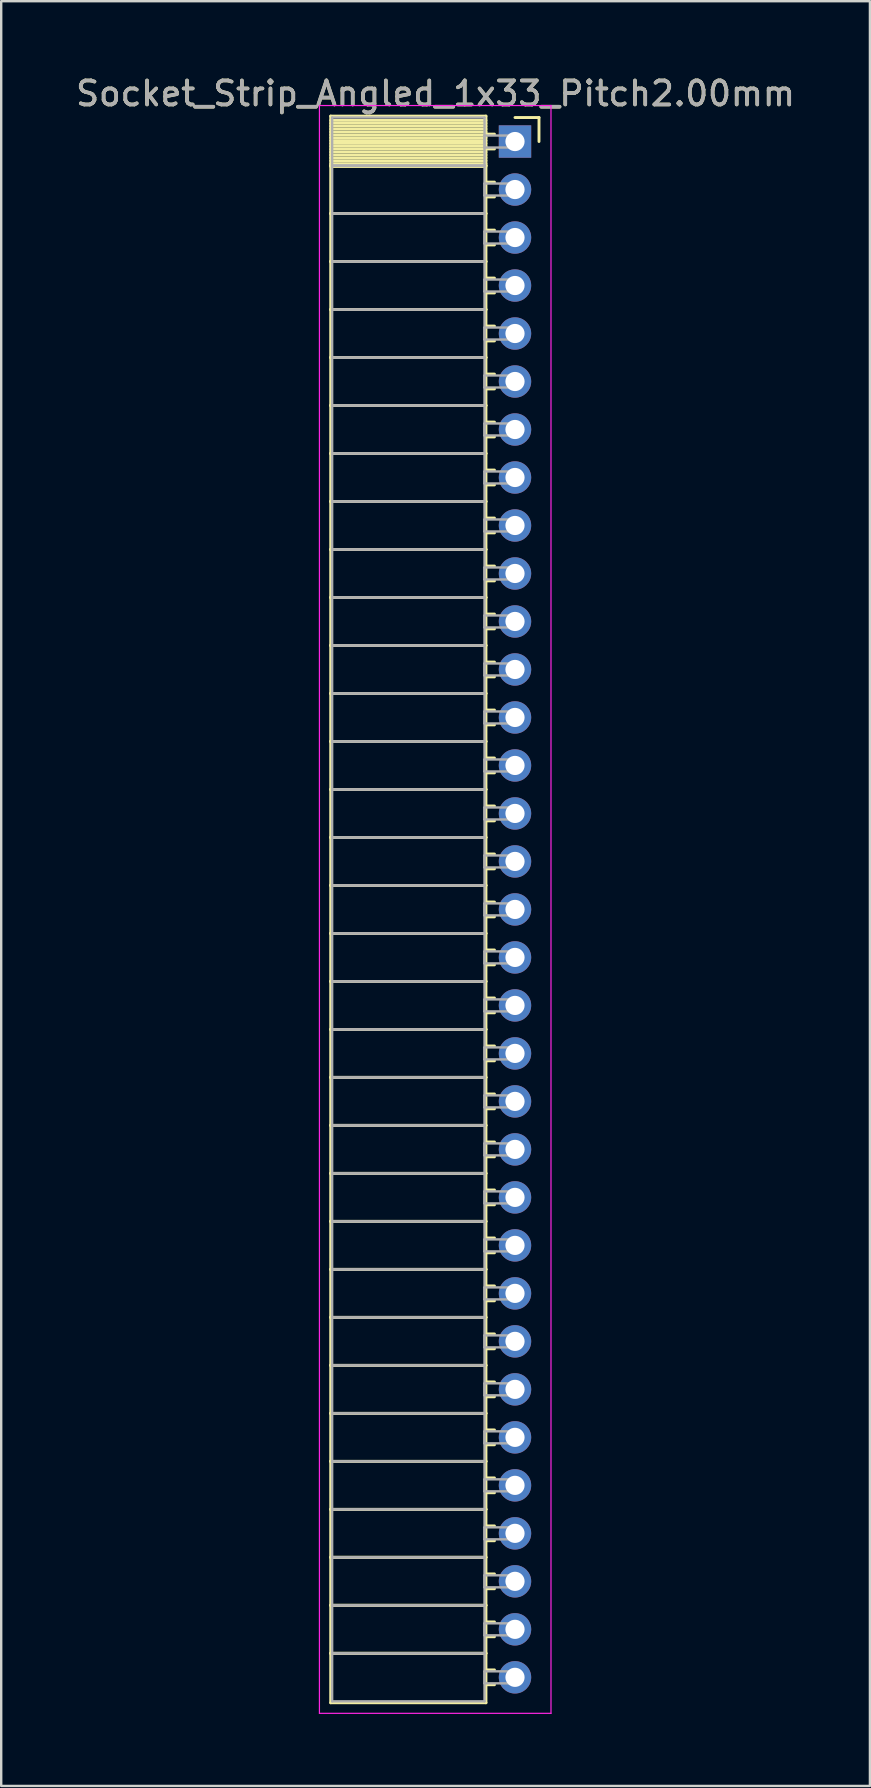
<source format=kicad_pcb>
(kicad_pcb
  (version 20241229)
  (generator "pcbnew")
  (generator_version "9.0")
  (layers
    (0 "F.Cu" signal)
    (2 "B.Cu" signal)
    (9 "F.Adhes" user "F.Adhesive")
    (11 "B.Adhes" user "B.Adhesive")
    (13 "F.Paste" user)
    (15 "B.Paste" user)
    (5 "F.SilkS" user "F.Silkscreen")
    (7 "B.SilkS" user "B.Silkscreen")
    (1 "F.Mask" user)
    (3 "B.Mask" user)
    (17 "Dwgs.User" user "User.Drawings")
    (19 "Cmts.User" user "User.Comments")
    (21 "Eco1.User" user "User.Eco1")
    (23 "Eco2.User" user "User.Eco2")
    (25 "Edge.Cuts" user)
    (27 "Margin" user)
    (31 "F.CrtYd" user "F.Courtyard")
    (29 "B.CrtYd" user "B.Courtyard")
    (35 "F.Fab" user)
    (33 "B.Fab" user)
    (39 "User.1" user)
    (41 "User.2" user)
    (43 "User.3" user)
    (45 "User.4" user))
  (footprint "Socket_Strip_Angled_1x33_Pitch2.00mm"
    (layer "F.Cu")
    (at 18.411 2.848)
    (property "Reference" "Socket_Strip_Angled_1x33_Pitch2.00mm" (at -3.31 -2 0) (layer "F.SilkS") (effects (font (size 1 1) (thickness 0.15))))
    (attr through_hole)
    (fp_line (start -7.68 -1.06) (end -1.21 -1.06) (stroke (width 0.12) (type solid)) (layer "F.SilkS"))
    (fp_line (start -7.68 1) (end -7.68 -1.06) (stroke (width 0.12) (type solid)) (layer "F.SilkS"))
    (fp_line (start -7.68 1) (end -1.21 1) (stroke (width 0.12) (type solid)) (layer "F.SilkS"))
    (fp_line (start -7.68 3) (end -7.68 1) (stroke (width 0.12) (type solid)) (layer "F.SilkS"))
    (fp_line (start -7.68 3) (end -1.21 3) (stroke (width 0.12) (type solid)) (layer "F.SilkS"))
    (fp_line (start -7.68 5) (end -7.68 3) (stroke (width 0.12) (type solid)) (layer "F.SilkS"))
    (fp_line (start -7.68 5) (end -1.21 5) (stroke (width 0.12) (type solid)) (layer "F.SilkS"))
    (fp_line (start -7.68 7) (end -7.68 5) (stroke (width 0.12) (type solid)) (layer "F.SilkS"))
    (fp_line (start -7.68 7) (end -1.21 7) (stroke (width 0.12) (type solid)) (layer "F.SilkS"))
    (fp_line (start -7.68 9) (end -7.68 7) (stroke (width 0.12) (type solid)) (layer "F.SilkS"))
    (fp_line (start -7.68 9) (end -1.21 9) (stroke (width 0.12) (type solid)) (layer "F.SilkS"))
    (fp_line (start -7.68 11) (end -7.68 9) (stroke (width 0.12) (type solid)) (layer "F.SilkS"))
    (fp_line (start -7.68 11) (end -1.21 11) (stroke (width 0.12) (type solid)) (layer "F.SilkS"))
    (fp_line (start -7.68 13) (end -7.68 11) (stroke (width 0.12) (type solid)) (layer "F.SilkS"))
    (fp_line (start -7.68 13) (end -1.21 13) (stroke (width 0.12) (type solid)) (layer "F.SilkS"))
    (fp_line (start -7.68 15) (end -7.68 13) (stroke (width 0.12) (type solid)) (layer "F.SilkS"))
    (fp_line (start -7.68 15) (end -1.21 15) (stroke (width 0.12) (type solid)) (layer "F.SilkS"))
    (fp_line (start -7.68 17) (end -7.68 15) (stroke (width 0.12) (type solid)) (layer "F.SilkS"))
    (fp_line (start -7.68 17) (end -1.21 17) (stroke (width 0.12) (type solid)) (layer "F.SilkS"))
    (fp_line (start -7.68 19) (end -7.68 17) (stroke (width 0.12) (type solid)) (layer "F.SilkS"))
    (fp_line (start -7.68 19) (end -1.21 19) (stroke (width 0.12) (type solid)) (layer "F.SilkS"))
    (fp_line (start -7.68 21) (end -7.68 19) (stroke (width 0.12) (type solid)) (layer "F.SilkS"))
    (fp_line (start -7.68 21) (end -1.21 21) (stroke (width 0.12) (type solid)) (layer "F.SilkS"))
    (fp_line (start -7.68 23) (end -7.68 21) (stroke (width 0.12) (type solid)) (layer "F.SilkS"))
    (fp_line (start -7.68 23) (end -1.21 23) (stroke (width 0.12) (type solid)) (layer "F.SilkS"))
    (fp_line (start -7.68 25) (end -7.68 23) (stroke (width 0.12) (type solid)) (layer "F.SilkS"))
    (fp_line (start -7.68 25) (end -1.21 25) (stroke (width 0.12) (type solid)) (layer "F.SilkS"))
    (fp_line (start -7.68 27) (end -7.68 25) (stroke (width 0.12) (type solid)) (layer "F.SilkS"))
    (fp_line (start -7.68 27) (end -1.21 27) (stroke (width 0.12) (type solid)) (layer "F.SilkS"))
    (fp_line (start -7.68 29) (end -7.68 27) (stroke (width 0.12) (type solid)) (layer "F.SilkS"))
    (fp_line (start -7.68 29) (end -1.21 29) (stroke (width 0.12) (type solid)) (layer "F.SilkS"))
    (fp_line (start -7.68 31) (end -7.68 29) (stroke (width 0.12) (type solid)) (layer "F.SilkS"))
    (fp_line (start -7.68 31) (end -1.21 31) (stroke (width 0.12) (type solid)) (layer "F.SilkS"))
    (fp_line (start -7.68 33) (end -7.68 31) (stroke (width 0.12) (type solid)) (layer "F.SilkS"))
    (fp_line (start -7.68 33) (end -1.21 33) (stroke (width 0.12) (type solid)) (layer "F.SilkS"))
    (fp_line (start -7.68 35) (end -7.68 33) (stroke (width 0.12) (type solid)) (layer "F.SilkS"))
    (fp_line (start -7.68 35) (end -1.21 35) (stroke (width 0.12) (type solid)) (layer "F.SilkS"))
    (fp_line (start -7.68 37) (end -7.68 35) (stroke (width 0.12) (type solid)) (layer "F.SilkS"))
    (fp_line (start -7.68 37) (end -1.21 37) (stroke (width 0.12) (type solid)) (layer "F.SilkS"))
    (fp_line (start -7.68 39) (end -7.68 37) (stroke (width 0.12) (type solid)) (layer "F.SilkS"))
    (fp_line (start -7.68 39) (end -1.21 39) (stroke (width 0.12) (type solid)) (layer "F.SilkS"))
    (fp_line (start -7.68 41) (end -7.68 39) (stroke (width 0.12) (type solid)) (layer "F.SilkS"))
    (fp_line (start -7.68 41) (end -1.21 41) (stroke (width 0.12) (type solid)) (layer "F.SilkS"))
    (fp_line (start -7.68 43) (end -7.68 41) (stroke (width 0.12) (type solid)) (layer "F.SilkS"))
    (fp_line (start -7.68 43) (end -1.21 43) (stroke (width 0.12) (type solid)) (layer "F.SilkS"))
    (fp_line (start -7.68 45) (end -7.68 43) (stroke (width 0.12) (type solid)) (layer "F.SilkS"))
    (fp_line (start -7.68 45) (end -1.21 45) (stroke (width 0.12) (type solid)) (layer "F.SilkS"))
    (fp_line (start -7.68 47) (end -7.68 45) (stroke (width 0.12) (type solid)) (layer "F.SilkS"))
    (fp_line (start -7.68 47) (end -1.21 47) (stroke (width 0.12) (type solid)) (layer "F.SilkS"))
    (fp_line (start -7.68 49) (end -7.68 47) (stroke (width 0.12) (type solid)) (layer "F.SilkS"))
    (fp_line (start -7.68 49) (end -1.21 49) (stroke (width 0.12) (type solid)) (layer "F.SilkS"))
    (fp_line (start -7.68 51) (end -7.68 49) (stroke (width 0.12) (type solid)) (layer "F.SilkS"))
    (fp_line (start -7.68 51) (end -1.21 51) (stroke (width 0.12) (type solid)) (layer "F.SilkS"))
    (fp_line (start -7.68 53) (end -7.68 51) (stroke (width 0.12) (type solid)) (layer "F.SilkS"))
    (fp_line (start -7.68 53) (end -1.21 53) (stroke (width 0.12) (type solid)) (layer "F.SilkS"))
    (fp_line (start -7.68 55) (end -7.68 53) (stroke (width 0.12) (type solid)) (layer "F.SilkS"))
    (fp_line (start -7.68 55) (end -1.21 55) (stroke (width 0.12) (type solid)) (layer "F.SilkS"))
    (fp_line (start -7.68 57) (end -7.68 55) (stroke (width 0.12) (type solid)) (layer "F.SilkS"))
    (fp_line (start -7.68 57) (end -1.21 57) (stroke (width 0.12) (type solid)) (layer "F.SilkS"))
    (fp_line (start -7.68 59) (end -7.68 57) (stroke (width 0.12) (type solid)) (layer "F.SilkS"))
    (fp_line (start -7.68 59) (end -1.21 59) (stroke (width 0.12) (type solid)) (layer "F.SilkS"))
    (fp_line (start -7.68 61) (end -7.68 59) (stroke (width 0.12) (type solid)) (layer "F.SilkS"))
    (fp_line (start -7.68 61) (end -1.21 61) (stroke (width 0.12) (type solid)) (layer "F.SilkS"))
    (fp_line (start -7.68 63) (end -7.68 61) (stroke (width 0.12) (type solid)) (layer "F.SilkS"))
    (fp_line (start -7.68 63) (end -1.21 63) (stroke (width 0.12) (type solid)) (layer "F.SilkS"))
    (fp_line (start -7.68 65.06) (end -7.68 63) (stroke (width 0.12) (type solid)) (layer "F.SilkS"))
    (fp_line (start -1.21 -1.06) (end -1.21 1) (stroke (width 0.12) (type solid)) (layer "F.SilkS"))
    (fp_line (start -1.21 -0.88) (end -7.68 -0.88) (stroke (width 0.12) (type solid)) (layer "F.SilkS"))
    (fp_line (start -1.21 -0.76) (end -7.68 -0.76) (stroke (width 0.12) (type solid)) (layer "F.SilkS"))
    (fp_line (start -1.21 -0.64) (end -7.68 -0.64) (stroke (width 0.12) (type solid)) (layer "F.SilkS"))
    (fp_line (start -1.21 -0.52) (end -7.68 -0.52) (stroke (width 0.12) (type solid)) (layer "F.SilkS"))
    (fp_line (start -1.21 -0.4) (end -7.68 -0.4) (stroke (width 0.12) (type solid)) (layer "F.SilkS"))
    (fp_line (start -1.21 -0.28) (end -7.68 -0.28) (stroke (width 0.12) (type solid)) (layer "F.SilkS"))
    (fp_line (start -1.21 -0.16) (end -7.68 -0.16) (stroke (width 0.12) (type solid)) (layer "F.SilkS"))
    (fp_line (start -1.21 -0.04) (end -7.68 -0.04) (stroke (width 0.12) (type solid)) (layer "F.SilkS"))
    (fp_line (start -1.21 0.08) (end -7.68 0.08) (stroke (width 0.12) (type solid)) (layer "F.SilkS"))
    (fp_line (start -1.21 0.2) (end -7.68 0.2) (stroke (width 0.12) (type solid)) (layer "F.SilkS"))
    (fp_line (start -1.21 0.32) (end -7.68 0.32) (stroke (width 0.12) (type solid)) (layer "F.SilkS"))
    (fp_line (start -1.21 0.44) (end -7.68 0.44) (stroke (width 0.12) (type solid)) (layer "F.SilkS"))
    (fp_line (start -1.21 0.56) (end -7.68 0.56) (stroke (width 0.12) (type solid)) (layer "F.SilkS"))
    (fp_line (start -1.21 0.68) (end -7.68 0.68) (stroke (width 0.12) (type solid)) (layer "F.SilkS"))
    (fp_line (start -1.21 0.8) (end -7.68 0.8) (stroke (width 0.12) (type solid)) (layer "F.SilkS"))
    (fp_line (start -1.21 0.92) (end -7.68 0.92) (stroke (width 0.12) (type solid)) (layer "F.SilkS"))
    (fp_line (start -1.21 1) (end -7.68 1) (stroke (width 0.12) (type solid)) (layer "F.SilkS"))
    (fp_line (start -1.21 1) (end -1.21 3) (stroke (width 0.12) (type solid)) (layer "F.SilkS"))
    (fp_line (start -1.21 1.04) (end -7.68 1.04) (stroke (width 0.12) (type solid)) (layer "F.SilkS"))
    (fp_line (start -1.21 3) (end -7.68 3) (stroke (width 0.12) (type solid)) (layer "F.SilkS"))
    (fp_line (start -1.21 3) (end -1.21 5) (stroke (width 0.12) (type solid)) (layer "F.SilkS"))
    (fp_line (start -1.21 5) (end -7.68 5) (stroke (width 0.12) (type solid)) (layer "F.SilkS"))
    (fp_line (start -1.21 5) (end -1.21 7) (stroke (width 0.12) (type solid)) (layer "F.SilkS"))
    (fp_line (start -1.21 7) (end -7.68 7) (stroke (width 0.12) (type solid)) (layer "F.SilkS"))
    (fp_line (start -1.21 7) (end -1.21 9) (stroke (width 0.12) (type solid)) (layer "F.SilkS"))
    (fp_line (start -1.21 9) (end -7.68 9) (stroke (width 0.12) (type solid)) (layer "F.SilkS"))
    (fp_line (start -1.21 9) (end -1.21 11) (stroke (width 0.12) (type solid)) (layer "F.SilkS"))
    (fp_line (start -1.21 11) (end -7.68 11) (stroke (width 0.12) (type solid)) (layer "F.SilkS"))
    (fp_line (start -1.21 11) (end -1.21 13) (stroke (width 0.12) (type solid)) (layer "F.SilkS"))
    (fp_line (start -1.21 13) (end -7.68 13) (stroke (width 0.12) (type solid)) (layer "F.SilkS"))
    (fp_line (start -1.21 13) (end -1.21 15) (stroke (width 0.12) (type solid)) (layer "F.SilkS"))
    (fp_line (start -1.21 15) (end -7.68 15) (stroke (width 0.12) (type solid)) (layer "F.SilkS"))
    (fp_line (start -1.21 15) (end -1.21 17) (stroke (width 0.12) (type solid)) (layer "F.SilkS"))
    (fp_line (start -1.21 17) (end -7.68 17) (stroke (width 0.12) (type solid)) (layer "F.SilkS"))
    (fp_line (start -1.21 17) (end -1.21 19) (stroke (width 0.12) (type solid)) (layer "F.SilkS"))
    (fp_line (start -1.21 19) (end -7.68 19) (stroke (width 0.12) (type solid)) (layer "F.SilkS"))
    (fp_line (start -1.21 19) (end -1.21 21) (stroke (width 0.12) (type solid)) (layer "F.SilkS"))
    (fp_line (start -1.21 21) (end -7.68 21) (stroke (width 0.12) (type solid)) (layer "F.SilkS"))
    (fp_line (start -1.21 21) (end -1.21 23) (stroke (width 0.12) (type solid)) (layer "F.SilkS"))
    (fp_line (start -1.21 23) (end -7.68 23) (stroke (width 0.12) (type solid)) (layer "F.SilkS"))
    (fp_line (start -1.21 23) (end -1.21 25) (stroke (width 0.12) (type solid)) (layer "F.SilkS"))
    (fp_line (start -1.21 25) (end -7.68 25) (stroke (width 0.12) (type solid)) (layer "F.SilkS"))
    (fp_line (start -1.21 25) (end -1.21 27) (stroke (width 0.12) (type solid)) (layer "F.SilkS"))
    (fp_line (start -1.21 27) (end -7.68 27) (stroke (width 0.12) (type solid)) (layer "F.SilkS"))
    (fp_line (start -1.21 27) (end -1.21 29) (stroke (width 0.12) (type solid)) (layer "F.SilkS"))
    (fp_line (start -1.21 29) (end -7.68 29) (stroke (width 0.12) (type solid)) (layer "F.SilkS"))
    (fp_line (start -1.21 29) (end -1.21 31) (stroke (width 0.12) (type solid)) (layer "F.SilkS"))
    (fp_line (start -1.21 31) (end -7.68 31) (stroke (width 0.12) (type solid)) (layer "F.SilkS"))
    (fp_line (start -1.21 31) (end -1.21 33) (stroke (width 0.12) (type solid)) (layer "F.SilkS"))
    (fp_line (start -1.21 33) (end -7.68 33) (stroke (width 0.12) (type solid)) (layer "F.SilkS"))
    (fp_line (start -1.21 33) (end -1.21 35) (stroke (width 0.12) (type solid)) (layer "F.SilkS"))
    (fp_line (start -1.21 35) (end -7.68 35) (stroke (width 0.12) (type solid)) (layer "F.SilkS"))
    (fp_line (start -1.21 35) (end -1.21 37) (stroke (width 0.12) (type solid)) (layer "F.SilkS"))
    (fp_line (start -1.21 37) (end -7.68 37) (stroke (width 0.12) (type solid)) (layer "F.SilkS"))
    (fp_line (start -1.21 37) (end -1.21 39) (stroke (width 0.12) (type solid)) (layer "F.SilkS"))
    (fp_line (start -1.21 39) (end -7.68 39) (stroke (width 0.12) (type solid)) (layer "F.SilkS"))
    (fp_line (start -1.21 39) (end -1.21 41) (stroke (width 0.12) (type solid)) (layer "F.SilkS"))
    (fp_line (start -1.21 41) (end -7.68 41) (stroke (width 0.12) (type solid)) (layer "F.SilkS"))
    (fp_line (start -1.21 41) (end -1.21 43) (stroke (width 0.12) (type solid)) (layer "F.SilkS"))
    (fp_line (start -1.21 43) (end -7.68 43) (stroke (width 0.12) (type solid)) (layer "F.SilkS"))
    (fp_line (start -1.21 43) (end -1.21 45) (stroke (width 0.12) (type solid)) (layer "F.SilkS"))
    (fp_line (start -1.21 45) (end -7.68 45) (stroke (width 0.12) (type solid)) (layer "F.SilkS"))
    (fp_line (start -1.21 45) (end -1.21 47) (stroke (width 0.12) (type solid)) (layer "F.SilkS"))
    (fp_line (start -1.21 47) (end -7.68 47) (stroke (width 0.12) (type solid)) (layer "F.SilkS"))
    (fp_line (start -1.21 47) (end -1.21 49) (stroke (width 0.12) (type solid)) (layer "F.SilkS"))
    (fp_line (start -1.21 49) (end -7.68 49) (stroke (width 0.12) (type solid)) (layer "F.SilkS"))
    (fp_line (start -1.21 49) (end -1.21 51) (stroke (width 0.12) (type solid)) (layer "F.SilkS"))
    (fp_line (start -1.21 51) (end -7.68 51) (stroke (width 0.12) (type solid)) (layer "F.SilkS"))
    (fp_line (start -1.21 51) (end -1.21 53) (stroke (width 0.12) (type solid)) (layer "F.SilkS"))
    (fp_line (start -1.21 53) (end -7.68 53) (stroke (width 0.12) (type solid)) (layer "F.SilkS"))
    (fp_line (start -1.21 53) (end -1.21 55) (stroke (width 0.12) (type solid)) (layer "F.SilkS"))
    (fp_line (start -1.21 55) (end -7.68 55) (stroke (width 0.12) (type solid)) (layer "F.SilkS"))
    (fp_line (start -1.21 55) (end -1.21 57) (stroke (width 0.12) (type solid)) (layer "F.SilkS"))
    (fp_line (start -1.21 57) (end -7.68 57) (stroke (width 0.12) (type solid)) (layer "F.SilkS"))
    (fp_line (start -1.21 57) (end -1.21 59) (stroke (width 0.12) (type solid)) (layer "F.SilkS"))
    (fp_line (start -1.21 59) (end -7.68 59) (stroke (width 0.12) (type solid)) (layer "F.SilkS"))
    (fp_line (start -1.21 59) (end -1.21 61) (stroke (width 0.12) (type solid)) (layer "F.SilkS"))
    (fp_line (start -1.21 61) (end -7.68 61) (stroke (width 0.12) (type solid)) (layer "F.SilkS"))
    (fp_line (start -1.21 61) (end -1.21 63) (stroke (width 0.12) (type solid)) (layer "F.SilkS"))
    (fp_line (start -1.21 63) (end -7.68 63) (stroke (width 0.12) (type solid)) (layer "F.SilkS"))
    (fp_line (start -1.21 63) (end -1.21 65.06) (stroke (width 0.12) (type solid)) (layer "F.SilkS"))
    (fp_line (start -1.21 65.06) (end -7.68 65.06) (stroke (width 0.12) (type solid)) (layer "F.SilkS"))
    (fp_line (start -0.855 -0.31) (end -1.21 -0.31) (stroke (width 0.12) (type solid)) (layer "F.SilkS"))
    (fp_line (start -0.855 0.31) (end -1.21 0.31) (stroke (width 0.12) (type solid)) (layer "F.SilkS"))
    (fp_line (start -0.855 1.69) (end -1.21 1.69) (stroke (width 0.12) (type solid)) (layer "F.SilkS"))
    (fp_line (start -0.855 2.31) (end -1.21 2.31) (stroke (width 0.12) (type solid)) (layer "F.SilkS"))
    (fp_line (start -0.855 3.69) (end -1.21 3.69) (stroke (width 0.12) (type solid)) (layer "F.SilkS"))
    (fp_line (start -0.855 4.31) (end -1.21 4.31) (stroke (width 0.12) (type solid)) (layer "F.SilkS"))
    (fp_line (start -0.855 5.69) (end -1.21 5.69) (stroke (width 0.12) (type solid)) (layer "F.SilkS"))
    (fp_line (start -0.855 6.31) (end -1.21 6.31) (stroke (width 0.12) (type solid)) (layer "F.SilkS"))
    (fp_line (start -0.855 7.69) (end -1.21 7.69) (stroke (width 0.12) (type solid)) (layer "F.SilkS"))
    (fp_line (start -0.855 8.31) (end -1.21 8.31) (stroke (width 0.12) (type solid)) (layer "F.SilkS"))
    (fp_line (start -0.855 9.69) (end -1.21 9.69) (stroke (width 0.12) (type solid)) (layer "F.SilkS"))
    (fp_line (start -0.855 10.31) (end -1.21 10.31) (stroke (width 0.12) (type solid)) (layer "F.SilkS"))
    (fp_line (start -0.855 11.69) (end -1.21 11.69) (stroke (width 0.12) (type solid)) (layer "F.SilkS"))
    (fp_line (start -0.855 12.31) (end -1.21 12.31) (stroke (width 0.12) (type solid)) (layer "F.SilkS"))
    (fp_line (start -0.855 13.69) (end -1.21 13.69) (stroke (width 0.12) (type solid)) (layer "F.SilkS"))
    (fp_line (start -0.855 14.31) (end -1.21 14.31) (stroke (width 0.12) (type solid)) (layer "F.SilkS"))
    (fp_line (start -0.855 15.69) (end -1.21 15.69) (stroke (width 0.12) (type solid)) (layer "F.SilkS"))
    (fp_line (start -0.855 16.31) (end -1.21 16.31) (stroke (width 0.12) (type solid)) (layer "F.SilkS"))
    (fp_line (start -0.855 17.69) (end -1.21 17.69) (stroke (width 0.12) (type solid)) (layer "F.SilkS"))
    (fp_line (start -0.855 18.31) (end -1.21 18.31) (stroke (width 0.12) (type solid)) (layer "F.SilkS"))
    (fp_line (start -0.855 19.69) (end -1.21 19.69) (stroke (width 0.12) (type solid)) (layer "F.SilkS"))
    (fp_line (start -0.855 20.31) (end -1.21 20.31) (stroke (width 0.12) (type solid)) (layer "F.SilkS"))
    (fp_line (start -0.855 21.69) (end -1.21 21.69) (stroke (width 0.12) (type solid)) (layer "F.SilkS"))
    (fp_line (start -0.855 22.31) (end -1.21 22.31) (stroke (width 0.12) (type solid)) (layer "F.SilkS"))
    (fp_line (start -0.855 23.69) (end -1.21 23.69) (stroke (width 0.12) (type solid)) (layer "F.SilkS"))
    (fp_line (start -0.855 24.31) (end -1.21 24.31) (stroke (width 0.12) (type solid)) (layer "F.SilkS"))
    (fp_line (start -0.855 25.69) (end -1.21 25.69) (stroke (width 0.12) (type solid)) (layer "F.SilkS"))
    (fp_line (start -0.855 26.31) (end -1.21 26.31) (stroke (width 0.12) (type solid)) (layer "F.SilkS"))
    (fp_line (start -0.855 27.69) (end -1.21 27.69) (stroke (width 0.12) (type solid)) (layer "F.SilkS"))
    (fp_line (start -0.855 28.31) (end -1.21 28.31) (stroke (width 0.12) (type solid)) (layer "F.SilkS"))
    (fp_line (start -0.855 29.69) (end -1.21 29.69) (stroke (width 0.12) (type solid)) (layer "F.SilkS"))
    (fp_line (start -0.855 30.31) (end -1.21 30.31) (stroke (width 0.12) (type solid)) (layer "F.SilkS"))
    (fp_line (start -0.855 31.69) (end -1.21 31.69) (stroke (width 0.12) (type solid)) (layer "F.SilkS"))
    (fp_line (start -0.855 32.31) (end -1.21 32.31) (stroke (width 0.12) (type solid)) (layer "F.SilkS"))
    (fp_line (start -0.855 33.69) (end -1.21 33.69) (stroke (width 0.12) (type solid)) (layer "F.SilkS"))
    (fp_line (start -0.855 34.31) (end -1.21 34.31) (stroke (width 0.12) (type solid)) (layer "F.SilkS"))
    (fp_line (start -0.855 35.69) (end -1.21 35.69) (stroke (width 0.12) (type solid)) (layer "F.SilkS"))
    (fp_line (start -0.855 36.31) (end -1.21 36.31) (stroke (width 0.12) (type solid)) (layer "F.SilkS"))
    (fp_line (start -0.855 37.69) (end -1.21 37.69) (stroke (width 0.12) (type solid)) (layer "F.SilkS"))
    (fp_line (start -0.855 38.31) (end -1.21 38.31) (stroke (width 0.12) (type solid)) (layer "F.SilkS"))
    (fp_line (start -0.855 39.69) (end -1.21 39.69) (stroke (width 0.12) (type solid)) (layer "F.SilkS"))
    (fp_line (start -0.855 40.31) (end -1.21 40.31) (stroke (width 0.12) (type solid)) (layer "F.SilkS"))
    (fp_line (start -0.855 41.69) (end -1.21 41.69) (stroke (width 0.12) (type solid)) (layer "F.SilkS"))
    (fp_line (start -0.855 42.31) (end -1.21 42.31) (stroke (width 0.12) (type solid)) (layer "F.SilkS"))
    (fp_line (start -0.855 43.69) (end -1.21 43.69) (stroke (width 0.12) (type solid)) (layer "F.SilkS"))
    (fp_line (start -0.855 44.31) (end -1.21 44.31) (stroke (width 0.12) (type solid)) (layer "F.SilkS"))
    (fp_line (start -0.855 45.69) (end -1.21 45.69) (stroke (width 0.12) (type solid)) (layer "F.SilkS"))
    (fp_line (start -0.855 46.31) (end -1.21 46.31) (stroke (width 0.12) (type solid)) (layer "F.SilkS"))
    (fp_line (start -0.855 47.69) (end -1.21 47.69) (stroke (width 0.12) (type solid)) (layer "F.SilkS"))
    (fp_line (start -0.855 48.31) (end -1.21 48.31) (stroke (width 0.12) (type solid)) (layer "F.SilkS"))
    (fp_line (start -0.855 49.69) (end -1.21 49.69) (stroke (width 0.12) (type solid)) (layer "F.SilkS"))
    (fp_line (start -0.855 50.31) (end -1.21 50.31) (stroke (width 0.12) (type solid)) (layer "F.SilkS"))
    (fp_line (start -0.855 51.69) (end -1.21 51.69) (stroke (width 0.12) (type solid)) (layer "F.SilkS"))
    (fp_line (start -0.855 52.31) (end -1.21 52.31) (stroke (width 0.12) (type solid)) (layer "F.SilkS"))
    (fp_line (start -0.855 53.69) (end -1.21 53.69) (stroke (width 0.12) (type solid)) (layer "F.SilkS"))
    (fp_line (start -0.855 54.31) (end -1.21 54.31) (stroke (width 0.12) (type solid)) (layer "F.SilkS"))
    (fp_line (start -0.855 55.69) (end -1.21 55.69) (stroke (width 0.12) (type solid)) (layer "F.SilkS"))
    (fp_line (start -0.855 56.31) (end -1.21 56.31) (stroke (width 0.12) (type solid)) (layer "F.SilkS"))
    (fp_line (start -0.855 57.69) (end -1.21 57.69) (stroke (width 0.12) (type solid)) (layer "F.SilkS"))
    (fp_line (start -0.855 58.31) (end -1.21 58.31) (stroke (width 0.12) (type solid)) (layer "F.SilkS"))
    (fp_line (start -0.855 59.69) (end -1.21 59.69) (stroke (width 0.12) (type solid)) (layer "F.SilkS"))
    (fp_line (start -0.855 60.31) (end -1.21 60.31) (stroke (width 0.12) (type solid)) (layer "F.SilkS"))
    (fp_line (start -0.855 61.69) (end -1.21 61.69) (stroke (width 0.12) (type solid)) (layer "F.SilkS"))
    (fp_line (start -0.855 62.31) (end -1.21 62.31) (stroke (width 0.12) (type solid)) (layer "F.SilkS"))
    (fp_line (start -0.855 63.69) (end -1.21 63.69) (stroke (width 0.12) (type solid)) (layer "F.SilkS"))
    (fp_line (start -0.855 64.31) (end -1.21 64.31) (stroke (width 0.12) (type solid)) (layer "F.SilkS"))
    (fp_line (start 0 -1) (end 1 -1) (stroke (width 0.12) (type solid)) (layer "F.SilkS"))
    (fp_line (start 1 -1) (end 1 0) (stroke (width 0.12) (type solid)) (layer "F.SilkS"))
    (fp_line (start -8.15 -1.5) (end 1.5 -1.5) (stroke (width 0.05) (type solid)) (layer "F.CrtYd"))
    (fp_line (start -8.15 65.5) (end -8.15 -1.5) (stroke (width 0.05) (type solid)) (layer "F.CrtYd"))
    (fp_line (start 1.5 -1.5) (end 1.5 65.5) (stroke (width 0.05) (type solid)) (layer "F.CrtYd"))
    (fp_line (start 1.5 65.5) (end -8.15 65.5) (stroke (width 0.05) (type solid)) (layer "F.CrtYd"))
    (fp_line (start -7.62 -1) (end -1.27 -1) (stroke (width 0.1) (type solid)) (layer "F.Fab"))
    (fp_line (start -7.62 1) (end -7.62 -1) (stroke (width 0.1) (type solid)) (layer "F.Fab"))
    (fp_line (start -7.62 1) (end -1.27 1) (stroke (width 0.1) (type solid)) (layer "F.Fab"))
    (fp_line (start -7.62 3) (end -7.62 1) (stroke (width 0.1) (type solid)) (layer "F.Fab"))
    (fp_line (start -7.62 3) (end -1.27 3) (stroke (width 0.1) (type solid)) (layer "F.Fab"))
    (fp_line (start -7.62 5) (end -7.62 3) (stroke (width 0.1) (type solid)) (layer "F.Fab"))
    (fp_line (start -7.62 5) (end -1.27 5) (stroke (width 0.1) (type solid)) (layer "F.Fab"))
    (fp_line (start -7.62 7) (end -7.62 5) (stroke (width 0.1) (type solid)) (layer "F.Fab"))
    (fp_line (start -7.62 7) (end -1.27 7) (stroke (width 0.1) (type solid)) (layer "F.Fab"))
    (fp_line (start -7.62 9) (end -7.62 7) (stroke (width 0.1) (type solid)) (layer "F.Fab"))
    (fp_line (start -7.62 9) (end -1.27 9) (stroke (width 0.1) (type solid)) (layer "F.Fab"))
    (fp_line (start -7.62 11) (end -7.62 9) (stroke (width 0.1) (type solid)) (layer "F.Fab"))
    (fp_line (start -7.62 11) (end -1.27 11) (stroke (width 0.1) (type solid)) (layer "F.Fab"))
    (fp_line (start -7.62 13) (end -7.62 11) (stroke (width 0.1) (type solid)) (layer "F.Fab"))
    (fp_line (start -7.62 13) (end -1.27 13) (stroke (width 0.1) (type solid)) (layer "F.Fab"))
    (fp_line (start -7.62 15) (end -7.62 13) (stroke (width 0.1) (type solid)) (layer "F.Fab"))
    (fp_line (start -7.62 15) (end -1.27 15) (stroke (width 0.1) (type solid)) (layer "F.Fab"))
    (fp_line (start -7.62 17) (end -7.62 15) (stroke (width 0.1) (type solid)) (layer "F.Fab"))
    (fp_line (start -7.62 17) (end -1.27 17) (stroke (width 0.1) (type solid)) (layer "F.Fab"))
    (fp_line (start -7.62 19) (end -7.62 17) (stroke (width 0.1) (type solid)) (layer "F.Fab"))
    (fp_line (start -7.62 19) (end -1.27 19) (stroke (width 0.1) (type solid)) (layer "F.Fab"))
    (fp_line (start -7.62 21) (end -7.62 19) (stroke (width 0.1) (type solid)) (layer "F.Fab"))
    (fp_line (start -7.62 21) (end -1.27 21) (stroke (width 0.1) (type solid)) (layer "F.Fab"))
    (fp_line (start -7.62 23) (end -7.62 21) (stroke (width 0.1) (type solid)) (layer "F.Fab"))
    (fp_line (start -7.62 23) (end -1.27 23) (stroke (width 0.1) (type solid)) (layer "F.Fab"))
    (fp_line (start -7.62 25) (end -7.62 23) (stroke (width 0.1) (type solid)) (layer "F.Fab"))
    (fp_line (start -7.62 25) (end -1.27 25) (stroke (width 0.1) (type solid)) (layer "F.Fab"))
    (fp_line (start -7.62 27) (end -7.62 25) (stroke (width 0.1) (type solid)) (layer "F.Fab"))
    (fp_line (start -7.62 27) (end -1.27 27) (stroke (width 0.1) (type solid)) (layer "F.Fab"))
    (fp_line (start -7.62 29) (end -7.62 27) (stroke (width 0.1) (type solid)) (layer "F.Fab"))
    (fp_line (start -7.62 29) (end -1.27 29) (stroke (width 0.1) (type solid)) (layer "F.Fab"))
    (fp_line (start -7.62 31) (end -7.62 29) (stroke (width 0.1) (type solid)) (layer "F.Fab"))
    (fp_line (start -7.62 31) (end -1.27 31) (stroke (width 0.1) (type solid)) (layer "F.Fab"))
    (fp_line (start -7.62 33) (end -7.62 31) (stroke (width 0.1) (type solid)) (layer "F.Fab"))
    (fp_line (start -7.62 33) (end -1.27 33) (stroke (width 0.1) (type solid)) (layer "F.Fab"))
    (fp_line (start -7.62 35) (end -7.62 33) (stroke (width 0.1) (type solid)) (layer "F.Fab"))
    (fp_line (start -7.62 35) (end -1.27 35) (stroke (width 0.1) (type solid)) (layer "F.Fab"))
    (fp_line (start -7.62 37) (end -7.62 35) (stroke (width 0.1) (type solid)) (layer "F.Fab"))
    (fp_line (start -7.62 37) (end -1.27 37) (stroke (width 0.1) (type solid)) (layer "F.Fab"))
    (fp_line (start -7.62 39) (end -7.62 37) (stroke (width 0.1) (type solid)) (layer "F.Fab"))
    (fp_line (start -7.62 39) (end -1.27 39) (stroke (width 0.1) (type solid)) (layer "F.Fab"))
    (fp_line (start -7.62 41) (end -7.62 39) (stroke (width 0.1) (type solid)) (layer "F.Fab"))
    (fp_line (start -7.62 41) (end -1.27 41) (stroke (width 0.1) (type solid)) (layer "F.Fab"))
    (fp_line (start -7.62 43) (end -7.62 41) (stroke (width 0.1) (type solid)) (layer "F.Fab"))
    (fp_line (start -7.62 43) (end -1.27 43) (stroke (width 0.1) (type solid)) (layer "F.Fab"))
    (fp_line (start -7.62 45) (end -7.62 43) (stroke (width 0.1) (type solid)) (layer "F.Fab"))
    (fp_line (start -7.62 45) (end -1.27 45) (stroke (width 0.1) (type solid)) (layer "F.Fab"))
    (fp_line (start -7.62 47) (end -7.62 45) (stroke (width 0.1) (type solid)) (layer "F.Fab"))
    (fp_line (start -7.62 47) (end -1.27 47) (stroke (width 0.1) (type solid)) (layer "F.Fab"))
    (fp_line (start -7.62 49) (end -7.62 47) (stroke (width 0.1) (type solid)) (layer "F.Fab"))
    (fp_line (start -7.62 49) (end -1.27 49) (stroke (width 0.1) (type solid)) (layer "F.Fab"))
    (fp_line (start -7.62 51) (end -7.62 49) (stroke (width 0.1) (type solid)) (layer "F.Fab"))
    (fp_line (start -7.62 51) (end -1.27 51) (stroke (width 0.1) (type solid)) (layer "F.Fab"))
    (fp_line (start -7.62 53) (end -7.62 51) (stroke (width 0.1) (type solid)) (layer "F.Fab"))
    (fp_line (start -7.62 53) (end -1.27 53) (stroke (width 0.1) (type solid)) (layer "F.Fab"))
    (fp_line (start -7.62 55) (end -7.62 53) (stroke (width 0.1) (type solid)) (layer "F.Fab"))
    (fp_line (start -7.62 55) (end -1.27 55) (stroke (width 0.1) (type solid)) (layer "F.Fab"))
    (fp_line (start -7.62 57) (end -7.62 55) (stroke (width 0.1) (type solid)) (layer "F.Fab"))
    (fp_line (start -7.62 57) (end -1.27 57) (stroke (width 0.1) (type solid)) (layer "F.Fab"))
    (fp_line (start -7.62 59) (end -7.62 57) (stroke (width 0.1) (type solid)) (layer "F.Fab"))
    (fp_line (start -7.62 59) (end -1.27 59) (stroke (width 0.1) (type solid)) (layer "F.Fab"))
    (fp_line (start -7.62 61) (end -7.62 59) (stroke (width 0.1) (type solid)) (layer "F.Fab"))
    (fp_line (start -7.62 61) (end -1.27 61) (stroke (width 0.1) (type solid)) (layer "F.Fab"))
    (fp_line (start -7.62 63) (end -7.62 61) (stroke (width 0.1) (type solid)) (layer "F.Fab"))
    (fp_line (start -7.62 63) (end -1.27 63) (stroke (width 0.1) (type solid)) (layer "F.Fab"))
    (fp_line (start -7.62 65) (end -7.62 63) (stroke (width 0.1) (type solid)) (layer "F.Fab"))
    (fp_line (start -1.27 -1) (end -1.27 1) (stroke (width 0.1) (type solid)) (layer "F.Fab"))
    (fp_line (start -1.27 -0.25) (end 0 -0.25) (stroke (width 0.1) (type solid)) (layer "F.Fab"))
    (fp_line (start -1.27 0.25) (end -1.27 -0.25) (stroke (width 0.1) (type solid)) (layer "F.Fab"))
    (fp_line (start -1.27 1) (end -7.62 1) (stroke (width 0.1) (type solid)) (layer "F.Fab"))
    (fp_line (start -1.27 1) (end -1.27 3) (stroke (width 0.1) (type solid)) (layer "F.Fab"))
    (fp_line (start -1.27 1.75) (end 0 1.75) (stroke (width 0.1) (type solid)) (layer "F.Fab"))
    (fp_line (start -1.27 2.25) (end -1.27 1.75) (stroke (width 0.1) (type solid)) (layer "F.Fab"))
    (fp_line (start -1.27 3) (end -7.62 3) (stroke (width 0.1) (type solid)) (layer "F.Fab"))
    (fp_line (start -1.27 3) (end -1.27 5) (stroke (width 0.1) (type solid)) (layer "F.Fab"))
    (fp_line (start -1.27 3.75) (end 0 3.75) (stroke (width 0.1) (type solid)) (layer "F.Fab"))
    (fp_line (start -1.27 4.25) (end -1.27 3.75) (stroke (width 0.1) (type solid)) (layer "F.Fab"))
    (fp_line (start -1.27 5) (end -7.62 5) (stroke (width 0.1) (type solid)) (layer "F.Fab"))
    (fp_line (start -1.27 5) (end -1.27 7) (stroke (width 0.1) (type solid)) (layer "F.Fab"))
    (fp_line (start -1.27 5.75) (end 0 5.75) (stroke (width 0.1) (type solid)) (layer "F.Fab"))
    (fp_line (start -1.27 6.25) (end -1.27 5.75) (stroke (width 0.1) (type solid)) (layer "F.Fab"))
    (fp_line (start -1.27 7) (end -7.62 7) (stroke (width 0.1) (type solid)) (layer "F.Fab"))
    (fp_line (start -1.27 7) (end -1.27 9) (stroke (width 0.1) (type solid)) (layer "F.Fab"))
    (fp_line (start -1.27 7.75) (end 0 7.75) (stroke (width 0.1) (type solid)) (layer "F.Fab"))
    (fp_line (start -1.27 8.25) (end -1.27 7.75) (stroke (width 0.1) (type solid)) (layer "F.Fab"))
    (fp_line (start -1.27 9) (end -7.62 9) (stroke (width 0.1) (type solid)) (layer "F.Fab"))
    (fp_line (start -1.27 9) (end -1.27 11) (stroke (width 0.1) (type solid)) (layer "F.Fab"))
    (fp_line (start -1.27 9.75) (end 0 9.75) (stroke (width 0.1) (type solid)) (layer "F.Fab"))
    (fp_line (start -1.27 10.25) (end -1.27 9.75) (stroke (width 0.1) (type solid)) (layer "F.Fab"))
    (fp_line (start -1.27 11) (end -7.62 11) (stroke (width 0.1) (type solid)) (layer "F.Fab"))
    (fp_line (start -1.27 11) (end -1.27 13) (stroke (width 0.1) (type solid)) (layer "F.Fab"))
    (fp_line (start -1.27 11.75) (end 0 11.75) (stroke (width 0.1) (type solid)) (layer "F.Fab"))
    (fp_line (start -1.27 12.25) (end -1.27 11.75) (stroke (width 0.1) (type solid)) (layer "F.Fab"))
    (fp_line (start -1.27 13) (end -7.62 13) (stroke (width 0.1) (type solid)) (layer "F.Fab"))
    (fp_line (start -1.27 13) (end -1.27 15) (stroke (width 0.1) (type solid)) (layer "F.Fab"))
    (fp_line (start -1.27 13.75) (end 0 13.75) (stroke (width 0.1) (type solid)) (layer "F.Fab"))
    (fp_line (start -1.27 14.25) (end -1.27 13.75) (stroke (width 0.1) (type solid)) (layer "F.Fab"))
    (fp_line (start -1.27 15) (end -7.62 15) (stroke (width 0.1) (type solid)) (layer "F.Fab"))
    (fp_line (start -1.27 15) (end -1.27 17) (stroke (width 0.1) (type solid)) (layer "F.Fab"))
    (fp_line (start -1.27 15.75) (end 0 15.75) (stroke (width 0.1) (type solid)) (layer "F.Fab"))
    (fp_line (start -1.27 16.25) (end -1.27 15.75) (stroke (width 0.1) (type solid)) (layer "F.Fab"))
    (fp_line (start -1.27 17) (end -7.62 17) (stroke (width 0.1) (type solid)) (layer "F.Fab"))
    (fp_line (start -1.27 17) (end -1.27 19) (stroke (width 0.1) (type solid)) (layer "F.Fab"))
    (fp_line (start -1.27 17.75) (end 0 17.75) (stroke (width 0.1) (type solid)) (layer "F.Fab"))
    (fp_line (start -1.27 18.25) (end -1.27 17.75) (stroke (width 0.1) (type solid)) (layer "F.Fab"))
    (fp_line (start -1.27 19) (end -7.62 19) (stroke (width 0.1) (type solid)) (layer "F.Fab"))
    (fp_line (start -1.27 19) (end -1.27 21) (stroke (width 0.1) (type solid)) (layer "F.Fab"))
    (fp_line (start -1.27 19.75) (end 0 19.75) (stroke (width 0.1) (type solid)) (layer "F.Fab"))
    (fp_line (start -1.27 20.25) (end -1.27 19.75) (stroke (width 0.1) (type solid)) (layer "F.Fab"))
    (fp_line (start -1.27 21) (end -7.62 21) (stroke (width 0.1) (type solid)) (layer "F.Fab"))
    (fp_line (start -1.27 21) (end -1.27 23) (stroke (width 0.1) (type solid)) (layer "F.Fab"))
    (fp_line (start -1.27 21.75) (end 0 21.75) (stroke (width 0.1) (type solid)) (layer "F.Fab"))
    (fp_line (start -1.27 22.25) (end -1.27 21.75) (stroke (width 0.1) (type solid)) (layer "F.Fab"))
    (fp_line (start -1.27 23) (end -7.62 23) (stroke (width 0.1) (type solid)) (layer "F.Fab"))
    (fp_line (start -1.27 23) (end -1.27 25) (stroke (width 0.1) (type solid)) (layer "F.Fab"))
    (fp_line (start -1.27 23.75) (end 0 23.75) (stroke (width 0.1) (type solid)) (layer "F.Fab"))
    (fp_line (start -1.27 24.25) (end -1.27 23.75) (stroke (width 0.1) (type solid)) (layer "F.Fab"))
    (fp_line (start -1.27 25) (end -7.62 25) (stroke (width 0.1) (type solid)) (layer "F.Fab"))
    (fp_line (start -1.27 25) (end -1.27 27) (stroke (width 0.1) (type solid)) (layer "F.Fab"))
    (fp_line (start -1.27 25.75) (end 0 25.75) (stroke (width 0.1) (type solid)) (layer "F.Fab"))
    (fp_line (start -1.27 26.25) (end -1.27 25.75) (stroke (width 0.1) (type solid)) (layer "F.Fab"))
    (fp_line (start -1.27 27) (end -7.62 27) (stroke (width 0.1) (type solid)) (layer "F.Fab"))
    (fp_line (start -1.27 27) (end -1.27 29) (stroke (width 0.1) (type solid)) (layer "F.Fab"))
    (fp_line (start -1.27 27.75) (end 0 27.75) (stroke (width 0.1) (type solid)) (layer "F.Fab"))
    (fp_line (start -1.27 28.25) (end -1.27 27.75) (stroke (width 0.1) (type solid)) (layer "F.Fab"))
    (fp_line (start -1.27 29) (end -7.62 29) (stroke (width 0.1) (type solid)) (layer "F.Fab"))
    (fp_line (start -1.27 29) (end -1.27 31) (stroke (width 0.1) (type solid)) (layer "F.Fab"))
    (fp_line (start -1.27 29.75) (end 0 29.75) (stroke (width 0.1) (type solid)) (layer "F.Fab"))
    (fp_line (start -1.27 30.25) (end -1.27 29.75) (stroke (width 0.1) (type solid)) (layer "F.Fab"))
    (fp_line (start -1.27 31) (end -7.62 31) (stroke (width 0.1) (type solid)) (layer "F.Fab"))
    (fp_line (start -1.27 31) (end -1.27 33) (stroke (width 0.1) (type solid)) (layer "F.Fab"))
    (fp_line (start -1.27 31.75) (end 0 31.75) (stroke (width 0.1) (type solid)) (layer "F.Fab"))
    (fp_line (start -1.27 32.25) (end -1.27 31.75) (stroke (width 0.1) (type solid)) (layer "F.Fab"))
    (fp_line (start -1.27 33) (end -7.62 33) (stroke (width 0.1) (type solid)) (layer "F.Fab"))
    (fp_line (start -1.27 33) (end -1.27 35) (stroke (width 0.1) (type solid)) (layer "F.Fab"))
    (fp_line (start -1.27 33.75) (end 0 33.75) (stroke (width 0.1) (type solid)) (layer "F.Fab"))
    (fp_line (start -1.27 34.25) (end -1.27 33.75) (stroke (width 0.1) (type solid)) (layer "F.Fab"))
    (fp_line (start -1.27 35) (end -7.62 35) (stroke (width 0.1) (type solid)) (layer "F.Fab"))
    (fp_line (start -1.27 35) (end -1.27 37) (stroke (width 0.1) (type solid)) (layer "F.Fab"))
    (fp_line (start -1.27 35.75) (end 0 35.75) (stroke (width 0.1) (type solid)) (layer "F.Fab"))
    (fp_line (start -1.27 36.25) (end -1.27 35.75) (stroke (width 0.1) (type solid)) (layer "F.Fab"))
    (fp_line (start -1.27 37) (end -7.62 37) (stroke (width 0.1) (type solid)) (layer "F.Fab"))
    (fp_line (start -1.27 37) (end -1.27 39) (stroke (width 0.1) (type solid)) (layer "F.Fab"))
    (fp_line (start -1.27 37.75) (end 0 37.75) (stroke (width 0.1) (type solid)) (layer "F.Fab"))
    (fp_line (start -1.27 38.25) (end -1.27 37.75) (stroke (width 0.1) (type solid)) (layer "F.Fab"))
    (fp_line (start -1.27 39) (end -7.62 39) (stroke (width 0.1) (type solid)) (layer "F.Fab"))
    (fp_line (start -1.27 39) (end -1.27 41) (stroke (width 0.1) (type solid)) (layer "F.Fab"))
    (fp_line (start -1.27 39.75) (end 0 39.75) (stroke (width 0.1) (type solid)) (layer "F.Fab"))
    (fp_line (start -1.27 40.25) (end -1.27 39.75) (stroke (width 0.1) (type solid)) (layer "F.Fab"))
    (fp_line (start -1.27 41) (end -7.62 41) (stroke (width 0.1) (type solid)) (layer "F.Fab"))
    (fp_line (start -1.27 41) (end -1.27 43) (stroke (width 0.1) (type solid)) (layer "F.Fab"))
    (fp_line (start -1.27 41.75) (end 0 41.75) (stroke (width 0.1) (type solid)) (layer "F.Fab"))
    (fp_line (start -1.27 42.25) (end -1.27 41.75) (stroke (width 0.1) (type solid)) (layer "F.Fab"))
    (fp_line (start -1.27 43) (end -7.62 43) (stroke (width 0.1) (type solid)) (layer "F.Fab"))
    (fp_line (start -1.27 43) (end -1.27 45) (stroke (width 0.1) (type solid)) (layer "F.Fab"))
    (fp_line (start -1.27 43.75) (end 0 43.75) (stroke (width 0.1) (type solid)) (layer "F.Fab"))
    (fp_line (start -1.27 44.25) (end -1.27 43.75) (stroke (width 0.1) (type solid)) (layer "F.Fab"))
    (fp_line (start -1.27 45) (end -7.62 45) (stroke (width 0.1) (type solid)) (layer "F.Fab"))
    (fp_line (start -1.27 45) (end -1.27 47) (stroke (width 0.1) (type solid)) (layer "F.Fab"))
    (fp_line (start -1.27 45.75) (end 0 45.75) (stroke (width 0.1) (type solid)) (layer "F.Fab"))
    (fp_line (start -1.27 46.25) (end -1.27 45.75) (stroke (width 0.1) (type solid)) (layer "F.Fab"))
    (fp_line (start -1.27 47) (end -7.62 47) (stroke (width 0.1) (type solid)) (layer "F.Fab"))
    (fp_line (start -1.27 47) (end -1.27 49) (stroke (width 0.1) (type solid)) (layer "F.Fab"))
    (fp_line (start -1.27 47.75) (end 0 47.75) (stroke (width 0.1) (type solid)) (layer "F.Fab"))
    (fp_line (start -1.27 48.25) (end -1.27 47.75) (stroke (width 0.1) (type solid)) (layer "F.Fab"))
    (fp_line (start -1.27 49) (end -7.62 49) (stroke (width 0.1) (type solid)) (layer "F.Fab"))
    (fp_line (start -1.27 49) (end -1.27 51) (stroke (width 0.1) (type solid)) (layer "F.Fab"))
    (fp_line (start -1.27 49.75) (end 0 49.75) (stroke (width 0.1) (type solid)) (layer "F.Fab"))
    (fp_line (start -1.27 50.25) (end -1.27 49.75) (stroke (width 0.1) (type solid)) (layer "F.Fab"))
    (fp_line (start -1.27 51) (end -7.62 51) (stroke (width 0.1) (type solid)) (layer "F.Fab"))
    (fp_line (start -1.27 51) (end -1.27 53) (stroke (width 0.1) (type solid)) (layer "F.Fab"))
    (fp_line (start -1.27 51.75) (end 0 51.75) (stroke (width 0.1) (type solid)) (layer "F.Fab"))
    (fp_line (start -1.27 52.25) (end -1.27 51.75) (stroke (width 0.1) (type solid)) (layer "F.Fab"))
    (fp_line (start -1.27 53) (end -7.62 53) (stroke (width 0.1) (type solid)) (layer "F.Fab"))
    (fp_line (start -1.27 53) (end -1.27 55) (stroke (width 0.1) (type solid)) (layer "F.Fab"))
    (fp_line (start -1.27 53.75) (end 0 53.75) (stroke (width 0.1) (type solid)) (layer "F.Fab"))
    (fp_line (start -1.27 54.25) (end -1.27 53.75) (stroke (width 0.1) (type solid)) (layer "F.Fab"))
    (fp_line (start -1.27 55) (end -7.62 55) (stroke (width 0.1) (type solid)) (layer "F.Fab"))
    (fp_line (start -1.27 55) (end -1.27 57) (stroke (width 0.1) (type solid)) (layer "F.Fab"))
    (fp_line (start -1.27 55.75) (end 0 55.75) (stroke (width 0.1) (type solid)) (layer "F.Fab"))
    (fp_line (start -1.27 56.25) (end -1.27 55.75) (stroke (width 0.1) (type solid)) (layer "F.Fab"))
    (fp_line (start -1.27 57) (end -7.62 57) (stroke (width 0.1) (type solid)) (layer "F.Fab"))
    (fp_line (start -1.27 57) (end -1.27 59) (stroke (width 0.1) (type solid)) (layer "F.Fab"))
    (fp_line (start -1.27 57.75) (end 0 57.75) (stroke (width 0.1) (type solid)) (layer "F.Fab"))
    (fp_line (start -1.27 58.25) (end -1.27 57.75) (stroke (width 0.1) (type solid)) (layer "F.Fab"))
    (fp_line (start -1.27 59) (end -7.62 59) (stroke (width 0.1) (type solid)) (layer "F.Fab"))
    (fp_line (start -1.27 59) (end -1.27 61) (stroke (width 0.1) (type solid)) (layer "F.Fab"))
    (fp_line (start -1.27 59.75) (end 0 59.75) (stroke (width 0.1) (type solid)) (layer "F.Fab"))
    (fp_line (start -1.27 60.25) (end -1.27 59.75) (stroke (width 0.1) (type solid)) (layer "F.Fab"))
    (fp_line (start -1.27 61) (end -7.62 61) (stroke (width 0.1) (type solid)) (layer "F.Fab"))
    (fp_line (start -1.27 61) (end -1.27 63) (stroke (width 0.1) (type solid)) (layer "F.Fab"))
    (fp_line (start -1.27 61.75) (end 0 61.75) (stroke (width 0.1) (type solid)) (layer "F.Fab"))
    (fp_line (start -1.27 62.25) (end -1.27 61.75) (stroke (width 0.1) (type solid)) (layer "F.Fab"))
    (fp_line (start -1.27 63) (end -7.62 63) (stroke (width 0.1) (type solid)) (layer "F.Fab"))
    (fp_line (start -1.27 63) (end -1.27 65) (stroke (width 0.1) (type solid)) (layer "F.Fab"))
    (fp_line (start -1.27 63.75) (end 0 63.75) (stroke (width 0.1) (type solid)) (layer "F.Fab"))
    (fp_line (start -1.27 64.25) (end -1.27 63.75) (stroke (width 0.1) (type solid)) (layer "F.Fab"))
    (fp_line (start -1.27 65) (end -7.62 65) (stroke (width 0.1) (type solid)) (layer "F.Fab"))
    (fp_line (start 0 -0.25) (end 0 0.25) (stroke (width 0.1) (type solid)) (layer "F.Fab"))
    (fp_line (start 0 0.25) (end -1.27 0.25) (stroke (width 0.1) (type solid)) (layer "F.Fab"))
    (fp_line (start 0 1.75) (end 0 2.25) (stroke (width 0.1) (type solid)) (layer "F.Fab"))
    (fp_line (start 0 2.25) (end -1.27 2.25) (stroke (width 0.1) (type solid)) (layer "F.Fab"))
    (fp_line (start 0 3.75) (end 0 4.25) (stroke (width 0.1) (type solid)) (layer "F.Fab"))
    (fp_line (start 0 4.25) (end -1.27 4.25) (stroke (width 0.1) (type solid)) (layer "F.Fab"))
    (fp_line (start 0 5.75) (end 0 6.25) (stroke (width 0.1) (type solid)) (layer "F.Fab"))
    (fp_line (start 0 6.25) (end -1.27 6.25) (stroke (width 0.1) (type solid)) (layer "F.Fab"))
    (fp_line (start 0 7.75) (end 0 8.25) (stroke (width 0.1) (type solid)) (layer "F.Fab"))
    (fp_line (start 0 8.25) (end -1.27 8.25) (stroke (width 0.1) (type solid)) (layer "F.Fab"))
    (fp_line (start 0 9.75) (end 0 10.25) (stroke (width 0.1) (type solid)) (layer "F.Fab"))
    (fp_line (start 0 10.25) (end -1.27 10.25) (stroke (width 0.1) (type solid)) (layer "F.Fab"))
    (fp_line (start 0 11.75) (end 0 12.25) (stroke (width 0.1) (type solid)) (layer "F.Fab"))
    (fp_line (start 0 12.25) (end -1.27 12.25) (stroke (width 0.1) (type solid)) (layer "F.Fab"))
    (fp_line (start 0 13.75) (end 0 14.25) (stroke (width 0.1) (type solid)) (layer "F.Fab"))
    (fp_line (start 0 14.25) (end -1.27 14.25) (stroke (width 0.1) (type solid)) (layer "F.Fab"))
    (fp_line (start 0 15.75) (end 0 16.25) (stroke (width 0.1) (type solid)) (layer "F.Fab"))
    (fp_line (start 0 16.25) (end -1.27 16.25) (stroke (width 0.1) (type solid)) (layer "F.Fab"))
    (fp_line (start 0 17.75) (end 0 18.25) (stroke (width 0.1) (type solid)) (layer "F.Fab"))
    (fp_line (start 0 18.25) (end -1.27 18.25) (stroke (width 0.1) (type solid)) (layer "F.Fab"))
    (fp_line (start 0 19.75) (end 0 20.25) (stroke (width 0.1) (type solid)) (layer "F.Fab"))
    (fp_line (start 0 20.25) (end -1.27 20.25) (stroke (width 0.1) (type solid)) (layer "F.Fab"))
    (fp_line (start 0 21.75) (end 0 22.25) (stroke (width 0.1) (type solid)) (layer "F.Fab"))
    (fp_line (start 0 22.25) (end -1.27 22.25) (stroke (width 0.1) (type solid)) (layer "F.Fab"))
    (fp_line (start 0 23.75) (end 0 24.25) (stroke (width 0.1) (type solid)) (layer "F.Fab"))
    (fp_line (start 0 24.25) (end -1.27 24.25) (stroke (width 0.1) (type solid)) (layer "F.Fab"))
    (fp_line (start 0 25.75) (end 0 26.25) (stroke (width 0.1) (type solid)) (layer "F.Fab"))
    (fp_line (start 0 26.25) (end -1.27 26.25) (stroke (width 0.1) (type solid)) (layer "F.Fab"))
    (fp_line (start 0 27.75) (end 0 28.25) (stroke (width 0.1) (type solid)) (layer "F.Fab"))
    (fp_line (start 0 28.25) (end -1.27 28.25) (stroke (width 0.1) (type solid)) (layer "F.Fab"))
    (fp_line (start 0 29.75) (end 0 30.25) (stroke (width 0.1) (type solid)) (layer "F.Fab"))
    (fp_line (start 0 30.25) (end -1.27 30.25) (stroke (width 0.1) (type solid)) (layer "F.Fab"))
    (fp_line (start 0 31.75) (end 0 32.25) (stroke (width 0.1) (type solid)) (layer "F.Fab"))
    (fp_line (start 0 32.25) (end -1.27 32.25) (stroke (width 0.1) (type solid)) (layer "F.Fab"))
    (fp_line (start 0 33.75) (end 0 34.25) (stroke (width 0.1) (type solid)) (layer "F.Fab"))
    (fp_line (start 0 34.25) (end -1.27 34.25) (stroke (width 0.1) (type solid)) (layer "F.Fab"))
    (fp_line (start 0 35.75) (end 0 36.25) (stroke (width 0.1) (type solid)) (layer "F.Fab"))
    (fp_line (start 0 36.25) (end -1.27 36.25) (stroke (width 0.1) (type solid)) (layer "F.Fab"))
    (fp_line (start 0 37.75) (end 0 38.25) (stroke (width 0.1) (type solid)) (layer "F.Fab"))
    (fp_line (start 0 38.25) (end -1.27 38.25) (stroke (width 0.1) (type solid)) (layer "F.Fab"))
    (fp_line (start 0 39.75) (end 0 40.25) (stroke (width 0.1) (type solid)) (layer "F.Fab"))
    (fp_line (start 0 40.25) (end -1.27 40.25) (stroke (width 0.1) (type solid)) (layer "F.Fab"))
    (fp_line (start 0 41.75) (end 0 42.25) (stroke (width 0.1) (type solid)) (layer "F.Fab"))
    (fp_line (start 0 42.25) (end -1.27 42.25) (stroke (width 0.1) (type solid)) (layer "F.Fab"))
    (fp_line (start 0 43.75) (end 0 44.25) (stroke (width 0.1) (type solid)) (layer "F.Fab"))
    (fp_line (start 0 44.25) (end -1.27 44.25) (stroke (width 0.1) (type solid)) (layer "F.Fab"))
    (fp_line (start 0 45.75) (end 0 46.25) (stroke (width 0.1) (type solid)) (layer "F.Fab"))
    (fp_line (start 0 46.25) (end -1.27 46.25) (stroke (width 0.1) (type solid)) (layer "F.Fab"))
    (fp_line (start 0 47.75) (end 0 48.25) (stroke (width 0.1) (type solid)) (layer "F.Fab"))
    (fp_line (start 0 48.25) (end -1.27 48.25) (stroke (width 0.1) (type solid)) (layer "F.Fab"))
    (fp_line (start 0 49.75) (end 0 50.25) (stroke (width 0.1) (type solid)) (layer "F.Fab"))
    (fp_line (start 0 50.25) (end -1.27 50.25) (stroke (width 0.1) (type solid)) (layer "F.Fab"))
    (fp_line (start 0 51.75) (end 0 52.25) (stroke (width 0.1) (type solid)) (layer "F.Fab"))
    (fp_line (start 0 52.25) (end -1.27 52.25) (stroke (width 0.1) (type solid)) (layer "F.Fab"))
    (fp_line (start 0 53.75) (end 0 54.25) (stroke (width 0.1) (type solid)) (layer "F.Fab"))
    (fp_line (start 0 54.25) (end -1.27 54.25) (stroke (width 0.1) (type solid)) (layer "F.Fab"))
    (fp_line (start 0 55.75) (end 0 56.25) (stroke (width 0.1) (type solid)) (layer "F.Fab"))
    (fp_line (start 0 56.25) (end -1.27 56.25) (stroke (width 0.1) (type solid)) (layer "F.Fab"))
    (fp_line (start 0 57.75) (end 0 58.25) (stroke (width 0.1) (type solid)) (layer "F.Fab"))
    (fp_line (start 0 58.25) (end -1.27 58.25) (stroke (width 0.1) (type solid)) (layer "F.Fab"))
    (fp_line (start 0 59.75) (end 0 60.25) (stroke (width 0.1) (type solid)) (layer "F.Fab"))
    (fp_line (start 0 60.25) (end -1.27 60.25) (stroke (width 0.1) (type solid)) (layer "F.Fab"))
    (fp_line (start 0 61.75) (end 0 62.25) (stroke (width 0.1) (type solid)) (layer "F.Fab"))
    (fp_line (start 0 62.25) (end -1.27 62.25) (stroke (width 0.1) (type solid)) (layer "F.Fab"))
    (fp_line (start 0 63.75) (end 0 64.25) (stroke (width 0.1) (type solid)) (layer "F.Fab"))
    (fp_line (start 0 64.25) (end -1.27 64.25) (stroke (width 0.1) (type solid)) (layer "F.Fab"))
    (fp_text user "${REFERENCE}" (at -3.31 -2 0) (layer "F.Fab") (effects (font (size 1 1) (thickness 0.15))))
    (pad "1" thru_hole rect (at 0 0) (size 1.35 1.35) (drill 0.8) (layers "*.Cu" "*.Mask"))
    (pad "2" thru_hole oval (at 0 2) (size 1.35 1.35) (drill 0.8) (layers "*.Cu" "*.Mask"))
    (pad "3" thru_hole oval (at 0 4) (size 1.35 1.35) (drill 0.8) (layers "*.Cu" "*.Mask"))
    (pad "4" thru_hole oval (at 0 6) (size 1.35 1.35) (drill 0.8) (layers "*.Cu" "*.Mask"))
    (pad "5" thru_hole oval (at 0 8) (size 1.35 1.35) (drill 0.8) (layers "*.Cu" "*.Mask"))
    (pad "6" thru_hole oval (at 0 10) (size 1.35 1.35) (drill 0.8) (layers "*.Cu" "*.Mask"))
    (pad "7" thru_hole oval (at 0 12) (size 1.35 1.35) (drill 0.8) (layers "*.Cu" "*.Mask"))
    (pad "8" thru_hole oval (at 0 14) (size 1.35 1.35) (drill 0.8) (layers "*.Cu" "*.Mask"))
    (pad "9" thru_hole oval (at 0 16) (size 1.35 1.35) (drill 0.8) (layers "*.Cu" "*.Mask"))
    (pad "10" thru_hole oval (at 0 18) (size 1.35 1.35) (drill 0.8) (layers "*.Cu" "*.Mask"))
    (pad "11" thru_hole oval (at 0 20) (size 1.35 1.35) (drill 0.8) (layers "*.Cu" "*.Mask"))
    (pad "12" thru_hole oval (at 0 22) (size 1.35 1.35) (drill 0.8) (layers "*.Cu" "*.Mask"))
    (pad "13" thru_hole oval (at 0 24) (size 1.35 1.35) (drill 0.8) (layers "*.Cu" "*.Mask"))
    (pad "14" thru_hole oval (at 0 26) (size 1.35 1.35) (drill 0.8) (layers "*.Cu" "*.Mask"))
    (pad "15" thru_hole oval (at 0 28) (size 1.35 1.35) (drill 0.8) (layers "*.Cu" "*.Mask"))
    (pad "16" thru_hole oval (at 0 30) (size 1.35 1.35) (drill 0.8) (layers "*.Cu" "*.Mask"))
    (pad "17" thru_hole oval (at 0 32) (size 1.35 1.35) (drill 0.8) (layers "*.Cu" "*.Mask"))
    (pad "18" thru_hole oval (at 0 34) (size 1.35 1.35) (drill 0.8) (layers "*.Cu" "*.Mask"))
    (pad "19" thru_hole oval (at 0 36) (size 1.35 1.35) (drill 0.8) (layers "*.Cu" "*.Mask"))
    (pad "20" thru_hole oval (at 0 38) (size 1.35 1.35) (drill 0.8) (layers "*.Cu" "*.Mask"))
    (pad "21" thru_hole oval (at 0 40) (size 1.35 1.35) (drill 0.8) (layers "*.Cu" "*.Mask"))
    (pad "22" thru_hole oval (at 0 42) (size 1.35 1.35) (drill 0.8) (layers "*.Cu" "*.Mask"))
    (pad "23" thru_hole oval (at 0 44) (size 1.35 1.35) (drill 0.8) (layers "*.Cu" "*.Mask"))
    (pad "24" thru_hole oval (at 0 46) (size 1.35 1.35) (drill 0.8) (layers "*.Cu" "*.Mask"))
    (pad "25" thru_hole oval (at 0 48) (size 1.35 1.35) (drill 0.8) (layers "*.Cu" "*.Mask"))
    (pad "26" thru_hole oval (at 0 50) (size 1.35 1.35) (drill 0.8) (layers "*.Cu" "*.Mask"))
    (pad "27" thru_hole oval (at 0 52) (size 1.35 1.35) (drill 0.8) (layers "*.Cu" "*.Mask"))
    (pad "28" thru_hole oval (at 0 54) (size 1.35 1.35) (drill 0.8) (layers "*.Cu" "*.Mask"))
    (pad "29" thru_hole oval (at 0 56) (size 1.35 1.35) (drill 0.8) (layers "*.Cu" "*.Mask"))
    (pad "30" thru_hole oval (at 0 58) (size 1.35 1.35) (drill 0.8) (layers "*.Cu" "*.Mask"))
    (pad "31" thru_hole oval (at 0 60) (size 1.35 1.35) (drill 0.8) (layers "*.Cu" "*.Mask"))
    (pad "32" thru_hole oval (at 0 62) (size 1.35 1.35) (drill 0.8) (layers "*.Cu" "*.Mask"))
    (pad "33" thru_hole oval (at 0 64) (size 1.35 1.35) (drill 0.8) (layers "*.Cu" "*.Mask")))
  (gr_rect
    (start -3 -3)
    (end 33.202 71.373)
    (stroke (width 0.1) (type default))
    (fill no)
    (layer "Edge.Cuts")))
</source>
